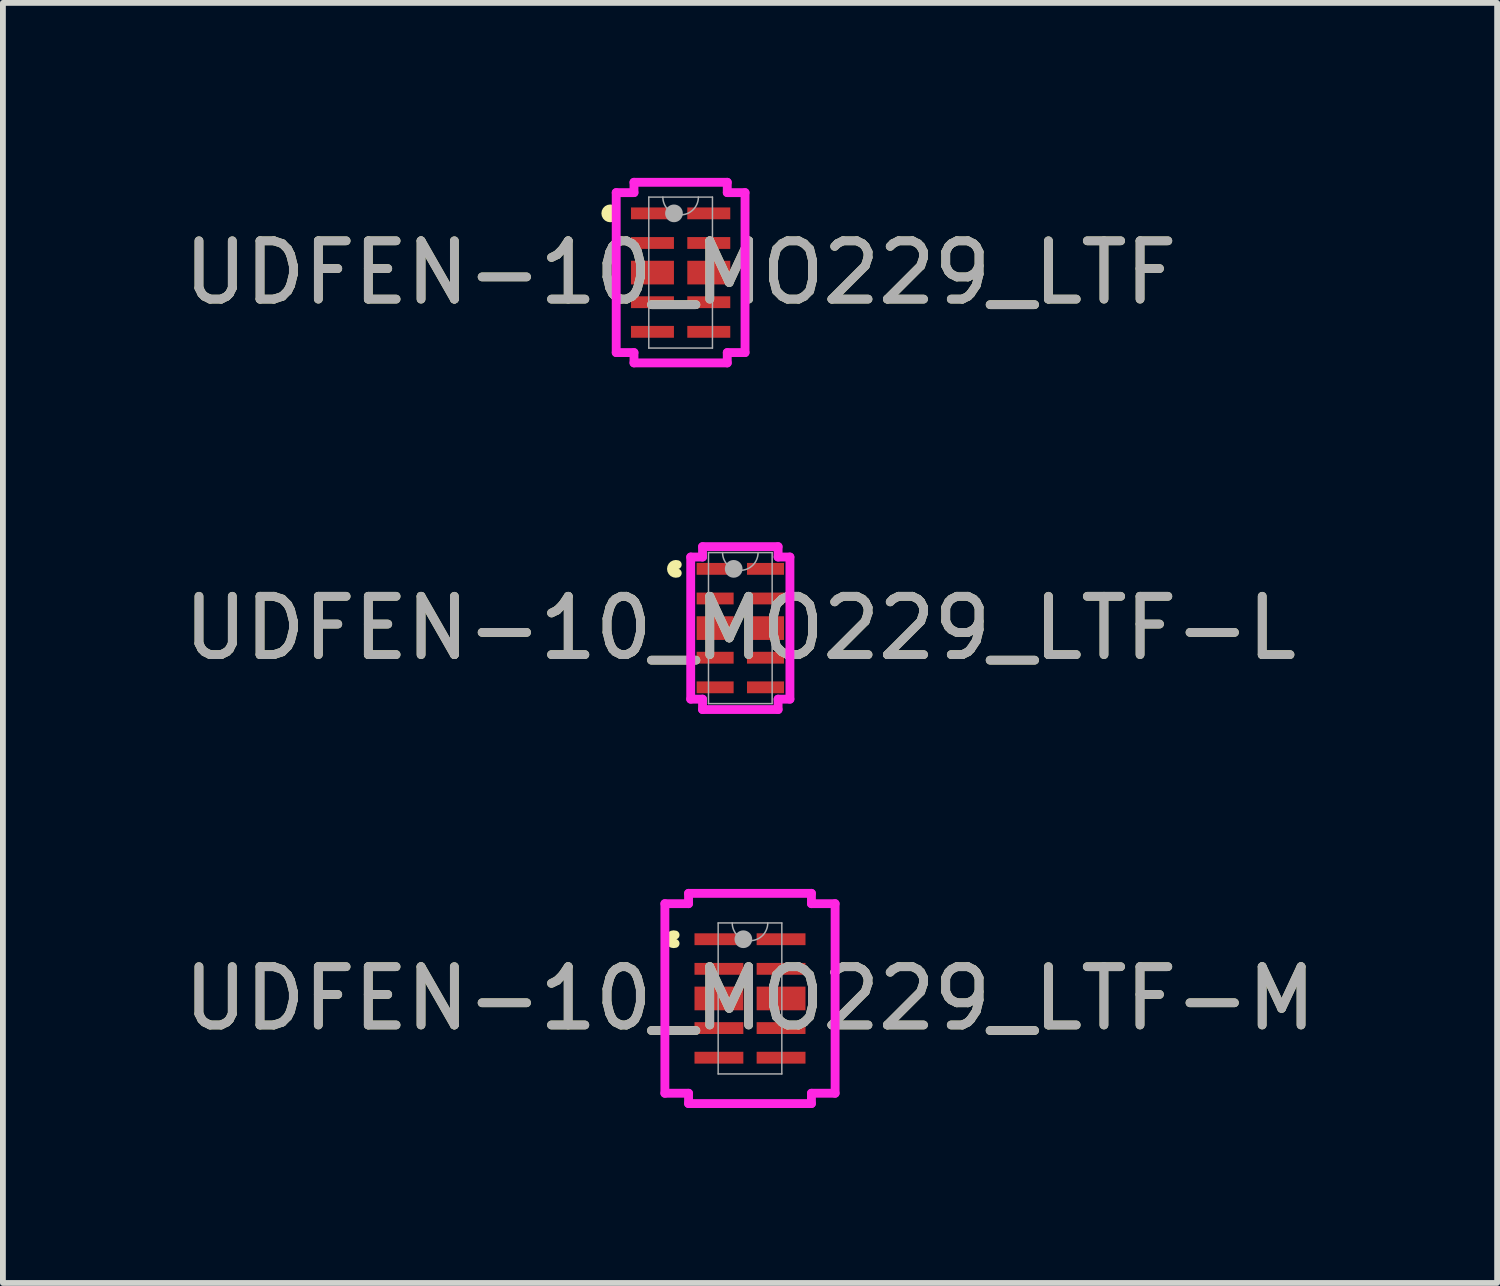
<source format=kicad_pcb>
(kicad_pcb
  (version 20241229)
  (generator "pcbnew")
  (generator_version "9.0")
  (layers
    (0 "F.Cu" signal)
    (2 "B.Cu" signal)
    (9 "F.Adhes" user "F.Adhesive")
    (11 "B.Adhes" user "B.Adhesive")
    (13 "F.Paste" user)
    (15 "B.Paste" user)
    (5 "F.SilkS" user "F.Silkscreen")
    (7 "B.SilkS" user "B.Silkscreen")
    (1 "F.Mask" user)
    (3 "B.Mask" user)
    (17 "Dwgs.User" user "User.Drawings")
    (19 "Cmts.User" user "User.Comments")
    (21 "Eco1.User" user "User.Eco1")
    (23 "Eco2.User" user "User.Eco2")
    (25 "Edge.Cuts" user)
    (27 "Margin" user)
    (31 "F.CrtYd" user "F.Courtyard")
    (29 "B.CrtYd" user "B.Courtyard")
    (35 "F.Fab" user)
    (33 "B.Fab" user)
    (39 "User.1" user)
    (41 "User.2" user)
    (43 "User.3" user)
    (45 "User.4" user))
  (footprint "UDFEN-10_MO229_LTF-L"
    (layer "F.Cu")
    (at 9.649 7.724)
    (property "Reference" "UDFEN-10_MO229_LTF-L" (at 0 0 0) (unlocked yes) (layer "F.SilkS") (effects (font (size 1 1) (thickness 0.15))))
    (attr smd)
    (fp_arc (start -1.08204 -0.94331) (mid -1.1811 -1.016) (end -1.08204 -1.08869) (stroke (width 0.1524) (type solid)) (layer "F.SilkS"))
    (fp_line (start -0.851 -1.219) (end -0.648 -1.219) (stroke (width 0.152) (type solid)) (layer "F.CrtYd"))
    (fp_line (start -0.851 1.219) (end -0.851 -1.219) (stroke (width 0.152) (type solid)) (layer "F.CrtYd"))
    (fp_line (start -0.851 1.219) (end -0.648 1.219) (stroke (width 0.152) (type solid)) (layer "F.CrtYd"))
    (fp_line (start -0.648 -1.397) (end 0.648 -1.397) (stroke (width 0.152) (type solid)) (layer "F.CrtYd"))
    (fp_line (start -0.648 -1.219) (end -0.648 -1.397) (stroke (width 0.152) (type solid)) (layer "F.CrtYd"))
    (fp_line (start -0.648 1.397) (end -0.648 1.219) (stroke (width 0.152) (type solid)) (layer "F.CrtYd"))
    (fp_line (start 0.648 -1.397) (end 0.648 -1.219) (stroke (width 0.152) (type solid)) (layer "F.CrtYd"))
    (fp_line (start 0.648 1.219) (end 0.648 1.397) (stroke (width 0.152) (type solid)) (layer "F.CrtYd"))
    (fp_line (start 0.648 1.397) (end -0.648 1.397) (stroke (width 0.152) (type solid)) (layer "F.CrtYd"))
    (fp_line (start 0.851 -1.219) (end 0.648 -1.219) (stroke (width 0.152) (type solid)) (layer "F.CrtYd"))
    (fp_line (start 0.851 -1.219) (end 0.851 1.219) (stroke (width 0.152) (type solid)) (layer "F.CrtYd"))
    (fp_line (start 0.851 1.219) (end 0.648 1.219) (stroke (width 0.152) (type solid)) (layer "F.CrtYd"))
    (fp_line (start -0.546 -1.295) (end -0.546 1.295) (stroke (width 0.025) (type solid)) (layer "F.Fab"))
    (fp_line (start -0.546 1.295) (end 0.546 1.295) (stroke (width 0.025) (type solid)) (layer "F.Fab"))
    (fp_line (start 0.546 -1.295) (end -0.546 -1.295) (stroke (width 0.025) (type solid)) (layer "F.Fab"))
    (fp_line (start 0.546 1.295) (end 0.546 -1.295) (stroke (width 0.025) (type solid)) (layer "F.Fab"))
    (fp_arc (start 0.3048 -1.2954) (mid 0 -0.9906) (end -0.3048 -1.2954) (stroke (width 0.0254) (type solid)) (layer "F.Fab"))
    (fp_circle (center -0.114 -1.016) (end -0.038 -1.016) (stroke (width 0.152) (type solid)) (fill no) (layer "F.Fab"))
    (fp_text user "${REFERENCE}" (at 0 0 0) (unlocked yes) (layer "F.Fab") (effects (font (size 1 1) (thickness 0.15))))
    (pad "1" smd rect (at -0.432 -1.016) (size 0.635 0.203) (layers "F.Cu" "F.Mask" "F.Paste"))
    (pad "2" smd rect (at -0.432 -0.508) (size 0.635 0.203) (layers "F.Cu" "F.Mask" "F.Paste"))
    (pad "3" smd rect (at -0.432 0) (size 0.635 0.406) (layers "F.Cu" "F.Mask" "F.Paste"))
    (pad "4" smd rect (at -0.432 0.508) (size 0.635 0.203) (layers "F.Cu" "F.Mask" "F.Paste"))
    (pad "5" smd rect (at -0.432 1.016) (size 0.635 0.203) (layers "F.Cu" "F.Mask" "F.Paste"))
    (pad "6" smd rect (at 0.432 1.016) (size 0.635 0.203) (layers "F.Cu" "F.Mask" "F.Paste"))
    (pad "7" smd rect (at 0.432 0.508) (size 0.635 0.203) (layers "F.Cu" "F.Mask" "F.Paste"))
    (pad "8" smd rect (at 0.432 0) (size 0.635 0.406) (layers "F.Cu" "F.Mask" "F.Paste"))
    (pad "9" smd rect (at 0.432 -0.508) (size 0.635 0.203) (layers "F.Cu" "F.Mask" "F.Paste"))
    (pad "10" smd rect (at 0.432 -1.016) (size 0.635 0.203) (layers "F.Cu" "F.Mask" "F.Paste")))
  (footprint "UDFEN-10_MO229_LTF"
    (layer "F.Cu")
    (at 8.625 1.626)
    (property "Reference" "UDFEN-10_MO229_LTF" (at 0 0 0) (unlocked yes) (layer "F.SilkS") (effects (font (size 1 1) (thickness 0.15))))
    (attr smd)
    (fp_arc (start -1.18364 -0.94331) (mid -1.2827 -1.016) (end -1.18364 -1.08869) (stroke (width 0.1524) (type solid)) (layer "F.SilkS"))
    (fp_line (start -1.105 -1.372) (end -0.8 -1.372) (stroke (width 0.152) (type solid)) (layer "F.CrtYd"))
    (fp_line (start -1.105 1.372) (end -1.105 -1.372) (stroke (width 0.152) (type solid)) (layer "F.CrtYd"))
    (fp_line (start -1.105 1.372) (end -0.8 1.372) (stroke (width 0.152) (type solid)) (layer "F.CrtYd"))
    (fp_line (start -0.8 -1.549) (end 0.8 -1.549) (stroke (width 0.152) (type solid)) (layer "F.CrtYd"))
    (fp_line (start -0.8 -1.372) (end -0.8 -1.549) (stroke (width 0.152) (type solid)) (layer "F.CrtYd"))
    (fp_line (start -0.8 1.549) (end -0.8 1.372) (stroke (width 0.152) (type solid)) (layer "F.CrtYd"))
    (fp_line (start 0.8 -1.549) (end 0.8 -1.372) (stroke (width 0.152) (type solid)) (layer "F.CrtYd"))
    (fp_line (start 0.8 1.372) (end 0.8 1.549) (stroke (width 0.152) (type solid)) (layer "F.CrtYd"))
    (fp_line (start 0.8 1.549) (end -0.8 1.549) (stroke (width 0.152) (type solid)) (layer "F.CrtYd"))
    (fp_line (start 1.105 -1.372) (end 0.8 -1.372) (stroke (width 0.152) (type solid)) (layer "F.CrtYd"))
    (fp_line (start 1.105 -1.372) (end 1.105 1.372) (stroke (width 0.152) (type solid)) (layer "F.CrtYd"))
    (fp_line (start 1.105 1.372) (end 0.8 1.372) (stroke (width 0.152) (type solid)) (layer "F.CrtYd"))
    (fp_line (start -0.546 -1.295) (end -0.546 1.295) (stroke (width 0.025) (type solid)) (layer "F.Fab"))
    (fp_line (start -0.546 1.295) (end 0.546 1.295) (stroke (width 0.025) (type solid)) (layer "F.Fab"))
    (fp_line (start 0.546 -1.295) (end -0.546 -1.295) (stroke (width 0.025) (type solid)) (layer "F.Fab"))
    (fp_line (start 0.546 1.295) (end 0.546 -1.295) (stroke (width 0.025) (type solid)) (layer "F.Fab"))
    (fp_arc (start 0.3048 -1.2954) (mid 0 -0.9906) (end -0.3048 -1.2954) (stroke (width 0.0254) (type solid)) (layer "F.Fab"))
    (fp_circle (center -0.114 -1.016) (end -0.114 -1.016) (stroke (width 0.152) (type solid)) (fill no) (layer "F.Fab"))
    (fp_text user "${REFERENCE}" (at 0 0 0) (unlocked yes) (layer "F.Fab") (effects (font (size 1 1) (thickness 0.15))))
    (pad "1" smd rect (at -0.483 -1.016) (size 0.737 0.203) (layers "F.Cu" "F.Mask" "F.Paste"))
    (pad "2" smd rect (at -0.483 -0.508) (size 0.737 0.203) (layers "F.Cu" "F.Mask" "F.Paste"))
    (pad "3" smd rect (at -0.483 0) (size 0.737 0.406) (layers "F.Cu" "F.Mask" "F.Paste"))
    (pad "4" smd rect (at -0.483 0.508) (size 0.737 0.203) (layers "F.Cu" "F.Mask" "F.Paste"))
    (pad "5" smd rect (at -0.483 1.016) (size 0.737 0.203) (layers "F.Cu" "F.Mask" "F.Paste"))
    (pad "6" smd rect (at 0.483 1.016) (size 0.737 0.203) (layers "F.Cu" "F.Mask" "F.Paste"))
    (pad "7" smd rect (at 0.483 0.508) (size 0.737 0.203) (layers "F.Cu" "F.Mask" "F.Paste"))
    (pad "8" smd rect (at 0.483 0) (size 0.737 0.406) (layers "F.Cu" "F.Mask" "F.Paste"))
    (pad "9" smd rect (at 0.483 -0.508) (size 0.737 0.203) (layers "F.Cu" "F.Mask" "F.Paste"))
    (pad "10" smd rect (at 0.483 -1.016) (size 0.737 0.203) (layers "F.Cu" "F.Mask" "F.Paste")))
  (footprint "UDFEN-10_MO229_LTF-M"
    (layer "F.Cu")
    (at 9.815 14.077)
    (property "Reference" "UDFEN-10_MO229_LTF-M" (at 0 0 0) (unlocked yes) (layer "F.SilkS") (effects (font (size 1 1) (thickness 0.15))))
    (attr smd)
    (fp_arc (start -1.28524 -0.94331) (mid -1.3843 -1.016) (end -1.28524 -1.08869) (stroke (width 0.1524) (type solid)) (layer "F.SilkS"))
    (fp_line (start -1.46 -1.626) (end -1.054 -1.626) (stroke (width 0.152) (type solid)) (layer "F.CrtYd"))
    (fp_line (start -1.46 1.626) (end -1.46 -1.626) (stroke (width 0.152) (type solid)) (layer "F.CrtYd"))
    (fp_line (start -1.46 1.626) (end -1.054 1.626) (stroke (width 0.152) (type solid)) (layer "F.CrtYd"))
    (fp_line (start -1.054 -1.803) (end 1.054 -1.803) (stroke (width 0.152) (type solid)) (layer "F.CrtYd"))
    (fp_line (start -1.054 -1.626) (end -1.054 -1.803) (stroke (width 0.152) (type solid)) (layer "F.CrtYd"))
    (fp_line (start -1.054 1.803) (end -1.054 1.626) (stroke (width 0.152) (type solid)) (layer "F.CrtYd"))
    (fp_line (start 1.054 -1.803) (end 1.054 -1.626) (stroke (width 0.152) (type solid)) (layer "F.CrtYd"))
    (fp_line (start 1.054 1.626) (end 1.054 1.803) (stroke (width 0.152) (type solid)) (layer "F.CrtYd"))
    (fp_line (start 1.054 1.803) (end -1.054 1.803) (stroke (width 0.152) (type solid)) (layer "F.CrtYd"))
    (fp_line (start 1.46 -1.626) (end 1.054 -1.626) (stroke (width 0.152) (type solid)) (layer "F.CrtYd"))
    (fp_line (start 1.46 -1.626) (end 1.46 1.626) (stroke (width 0.152) (type solid)) (layer "F.CrtYd"))
    (fp_line (start 1.46 1.626) (end 1.054 1.626) (stroke (width 0.152) (type solid)) (layer "F.CrtYd"))
    (fp_line (start -0.546 -1.295) (end -0.546 1.295) (stroke (width 0.025) (type solid)) (layer "F.Fab"))
    (fp_line (start -0.546 1.295) (end 0.546 1.295) (stroke (width 0.025) (type solid)) (layer "F.Fab"))
    (fp_line (start 0.546 -1.295) (end -0.546 -1.295) (stroke (width 0.025) (type solid)) (layer "F.Fab"))
    (fp_line (start 0.546 1.295) (end 0.546 -1.295) (stroke (width 0.025) (type solid)) (layer "F.Fab"))
    (fp_arc (start 0.3048 -1.2954) (mid 0 -0.9906) (end -0.3048 -1.2954) (stroke (width 0.0254) (type solid)) (layer "F.Fab"))
    (fp_circle (center -0.114 -1.016) (end -0.038 -1.016) (stroke (width 0.152) (type solid)) (fill no) (layer "F.Fab"))
    (fp_text user "${REFERENCE}" (at 0 0 0) (unlocked yes) (layer "F.Fab") (effects (font (size 1 1) (thickness 0.15))))
    (pad "1" smd rect (at -0.533 -1.016) (size 0.838 0.203) (layers "F.Cu" "F.Mask" "F.Paste"))
    (pad "2" smd rect (at -0.533 -0.508) (size 0.838 0.203) (layers "F.Cu" "F.Mask" "F.Paste"))
    (pad "3" smd rect (at -0.533 0) (size 0.838 0.406) (layers "F.Cu" "F.Mask" "F.Paste"))
    (pad "4" smd rect (at -0.533 0.508) (size 0.838 0.203) (layers "F.Cu" "F.Mask" "F.Paste"))
    (pad "5" smd rect (at -0.533 1.016) (size 0.838 0.203) (layers "F.Cu" "F.Mask" "F.Paste"))
    (pad "6" smd rect (at 0.533 1.016) (size 0.838 0.203) (layers "F.Cu" "F.Mask" "F.Paste"))
    (pad "7" smd rect (at 0.533 0.508) (size 0.838 0.203) (layers "F.Cu" "F.Mask" "F.Paste"))
    (pad "8" smd rect (at 0.533 0) (size 0.838 0.406) (layers "F.Cu" "F.Mask" "F.Paste"))
    (pad "9" smd rect (at 0.533 -0.508) (size 0.838 0.203) (layers "F.Cu" "F.Mask" "F.Paste"))
    (pad "10" smd rect (at 0.533 -1.016) (size 0.838 0.203) (layers "F.Cu" "F.Mask" "F.Paste")))
  (gr_rect
    (start -3 -3)
    (end 22.631 18.957)
    (stroke (width 0.1) (type default))
    (fill no)
    (layer "Edge.Cuts")))
</source>
